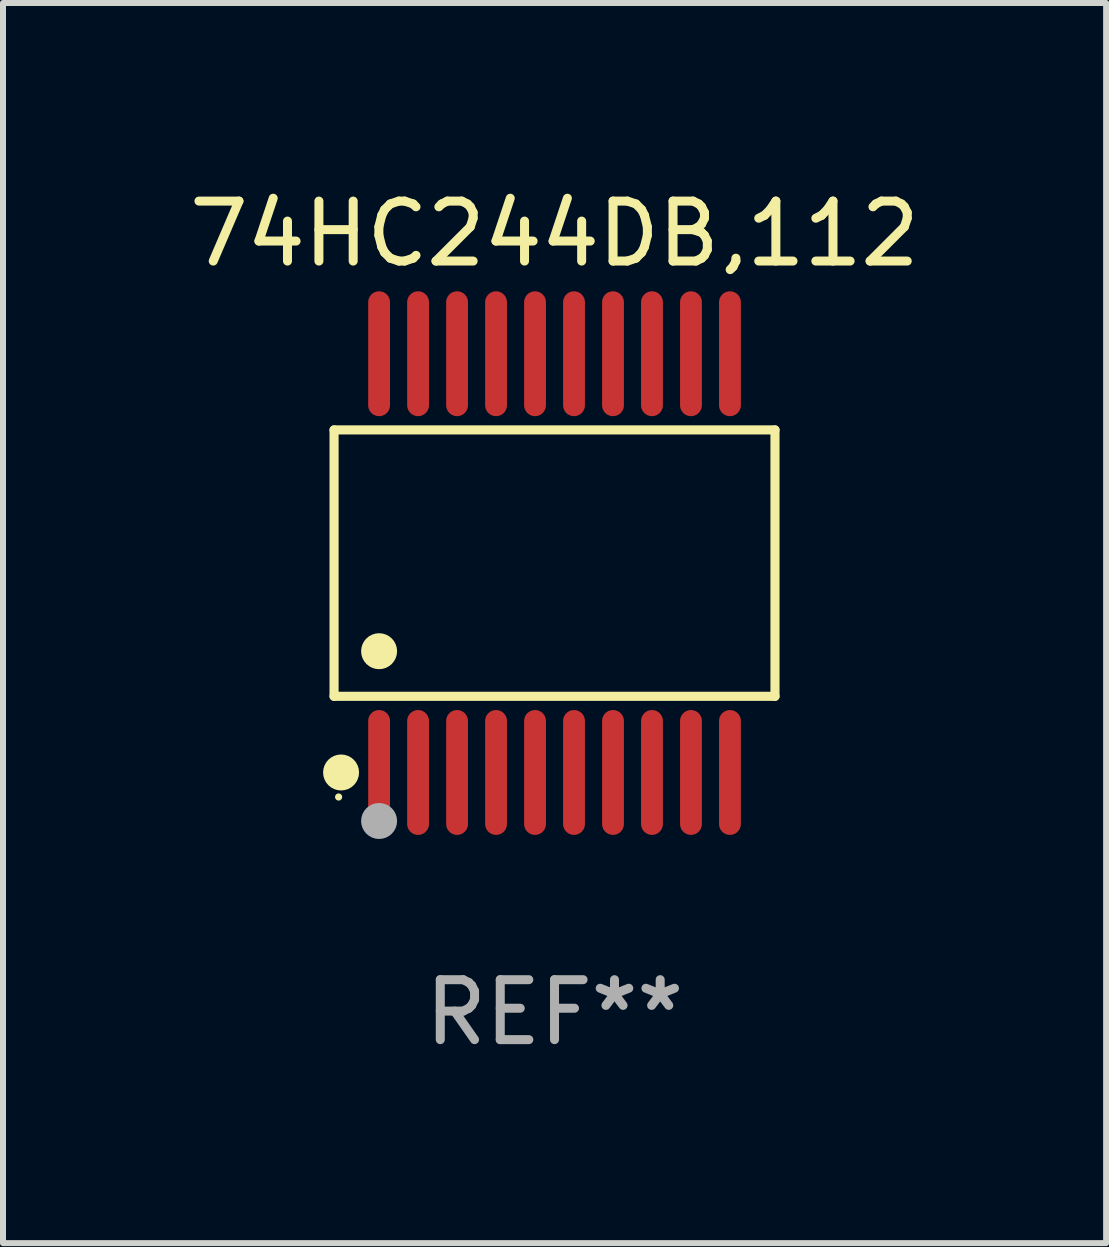
<source format=kicad_pcb>
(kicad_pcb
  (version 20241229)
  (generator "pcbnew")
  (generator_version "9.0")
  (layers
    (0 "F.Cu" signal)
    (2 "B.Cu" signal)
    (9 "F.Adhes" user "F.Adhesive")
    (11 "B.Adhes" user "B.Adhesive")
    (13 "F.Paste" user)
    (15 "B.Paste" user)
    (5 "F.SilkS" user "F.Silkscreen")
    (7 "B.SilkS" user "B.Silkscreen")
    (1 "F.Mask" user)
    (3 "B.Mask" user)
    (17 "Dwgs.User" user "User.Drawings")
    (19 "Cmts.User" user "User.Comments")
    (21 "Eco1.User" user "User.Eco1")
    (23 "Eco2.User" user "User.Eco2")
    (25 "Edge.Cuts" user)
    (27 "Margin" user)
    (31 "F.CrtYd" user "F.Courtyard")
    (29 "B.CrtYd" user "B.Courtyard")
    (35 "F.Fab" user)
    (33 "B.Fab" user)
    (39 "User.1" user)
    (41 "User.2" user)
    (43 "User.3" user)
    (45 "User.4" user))
  (footprint "74HC244DB,112"
    (layer "F.Cu")
    (at 6.196 6.339)
    (property "Reference" "74HC244DB,112" (at 0 -5.491 0) (layer "F.SilkS") (effects (font (size 1 1) (thickness 0.15))))
    (attr through_hole)
    (fp_line (start -3.676 -2.221) (end 3.676 -2.221) (stroke (width 0.152) (type solid)) (layer "F.SilkS"))
    (fp_line (start -3.676 2.221) (end -3.676 -2.221) (stroke (width 0.152) (type solid)) (layer "F.SilkS"))
    (fp_line (start 3.676 -2.221) (end 3.676 2.221) (stroke (width 0.152) (type solid)) (layer "F.SilkS"))
    (fp_line (start 3.676 2.221) (end -3.676 2.221) (stroke (width 0.152) (type solid)) (layer "F.SilkS"))
    (fp_circle (center -3.6 3.9) (end -3.57 3.9) (stroke (width 0.06) (type solid)) (fill no) (layer "F.SilkS"))
    (fp_circle (center -3.559 3.491) (end -3.409 3.491) (stroke (width 0.3) (type solid)) (fill no) (layer "F.SilkS"))
    (fp_circle (center -2.925 1.469) (end -2.775 1.469) (stroke (width 0.3) (type solid)) (fill no) (layer "F.SilkS"))
    (fp_circle (center -2.925 4.3) (end -2.775 4.3) (stroke (width 0.3) (type solid)) (fill no) (layer "F.Fab"))
    (fp_text user "REF**" (at 0 7.491 0) (layer "F.Fab") (effects (font (size 1 1) (thickness 0.15))))
    (pad "1" smd oval (at -2.925 3.491) (size 0.364 2.082) (layers "F.Cu" "F.Mask" "F.Paste"))
    (pad "2" smd oval (at -2.275 3.491) (size 0.364 2.082) (layers "F.Cu" "F.Mask" "F.Paste"))
    (pad "3" smd oval (at -1.625 3.491) (size 0.364 2.082) (layers "F.Cu" "F.Mask" "F.Paste"))
    (pad "4" smd oval (at -0.975 3.491) (size 0.364 2.082) (layers "F.Cu" "F.Mask" "F.Paste"))
    (pad "5" smd oval (at -0.325 3.491) (size 0.364 2.082) (layers "F.Cu" "F.Mask" "F.Paste"))
    (pad "6" smd oval (at 0.325 3.491) (size 0.364 2.082) (layers "F.Cu" "F.Mask" "F.Paste"))
    (pad "7" smd oval (at 0.975 3.491) (size 0.364 2.082) (layers "F.Cu" "F.Mask" "F.Paste"))
    (pad "8" smd oval (at 1.625 3.491) (size 0.364 2.082) (layers "F.Cu" "F.Mask" "F.Paste"))
    (pad "9" smd oval (at 2.275 3.491) (size 0.364 2.082) (layers "F.Cu" "F.Mask" "F.Paste"))
    (pad "10" smd oval (at 2.925 3.491) (size 0.364 2.082) (layers "F.Cu" "F.Mask" "F.Paste"))
    (pad "11" smd oval (at 2.925 -3.491) (size 0.364 2.082) (layers "F.Cu" "F.Mask" "F.Paste"))
    (pad "12" smd oval (at 2.275 -3.491) (size 0.364 2.082) (layers "F.Cu" "F.Mask" "F.Paste"))
    (pad "13" smd oval (at 1.625 -3.491) (size 0.364 2.082) (layers "F.Cu" "F.Mask" "F.Paste"))
    (pad "14" smd oval (at 0.975 -3.491) (size 0.364 2.082) (layers "F.Cu" "F.Mask" "F.Paste"))
    (pad "15" smd oval (at 0.325 -3.491) (size 0.364 2.082) (layers "F.Cu" "F.Mask" "F.Paste"))
    (pad "16" smd oval (at -0.325 -3.491) (size 0.364 2.082) (layers "F.Cu" "F.Mask" "F.Paste"))
    (pad "17" smd oval (at -0.975 -3.491) (size 0.364 2.082) (layers "F.Cu" "F.Mask" "F.Paste"))
    (pad "18" smd oval (at -1.625 -3.491) (size 0.364 2.082) (layers "F.Cu" "F.Mask" "F.Paste"))
    (pad "19" smd oval (at -2.275 -3.491) (size 0.364 2.082) (layers "F.Cu" "F.Mask" "F.Paste"))
    (pad "20" smd oval (at -2.925 -3.491) (size 0.364 2.082) (layers "F.Cu" "F.Mask" "F.Paste")))
  (gr_rect
    (start -3 -3)
    (end 15.393 17.678)
    (stroke (width 0.1) (type default))
    (fill no)
    (layer "Edge.Cuts")))
</source>
